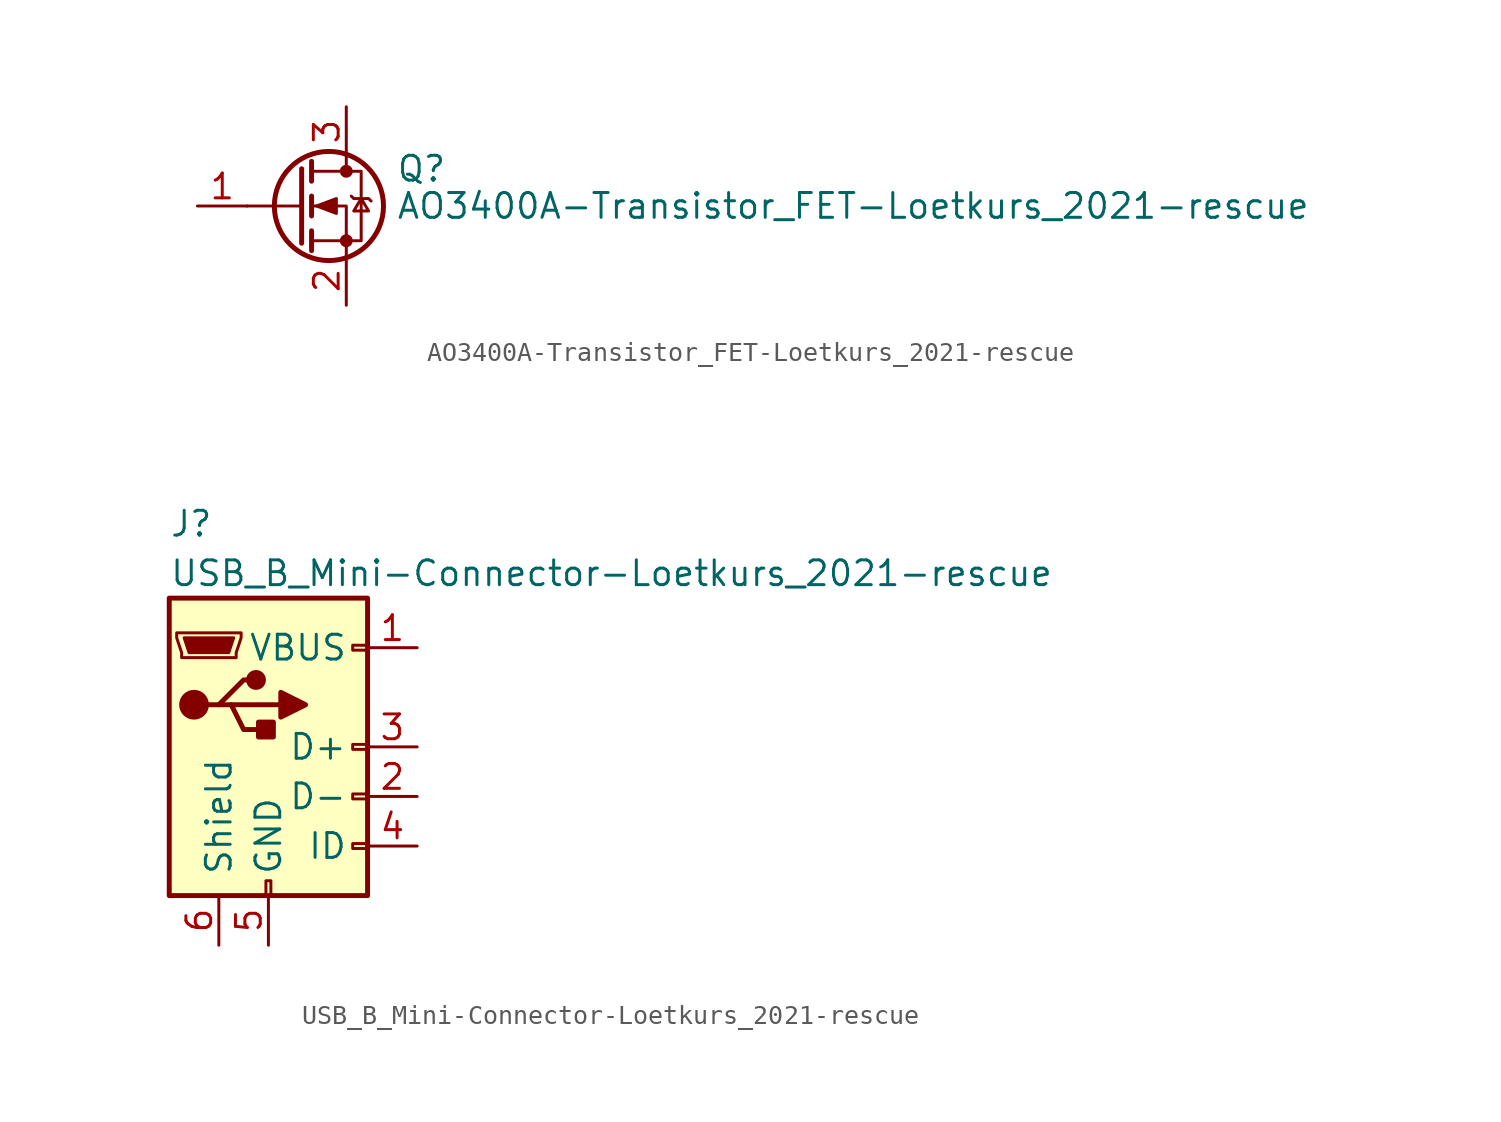
<source format=kicad_sym>
(kicad_symbol_lib
  (version 20220914)
  (generator kicad_symbol_editor)
  (symbol "AO3400A-Transistor_FET-Loetkurs_2021-rescue"
    (pin_names hide)
    (property "Reference" "Q"
      (at 5.08 1.905 0)
      (effects (font (size 1.27 1.27)) (justify left)))
    (property "Value" "AO3400A-Transistor_FET-Loetkurs_2021-rescue"
      (at 5.08 0 0)
      (effects (font (size 1.27 1.27)) (justify left)))
    (symbol "AO3400A-Transistor_FET-Loetkurs_2021-rescue_0_1"
      (polyline (pts (xy 0.254 0) (xy -2.54 0)) (stroke (width 0) (type solid)) (fill (type none)))
      (polyline (pts (xy 0.254 1.905) (xy 0.254 -1.905)) (stroke (width 0.254) (type solid)) (fill (type none)))
      (polyline (pts (xy 0.762 -1.27) (xy 0.762 -2.286)) (stroke (width 0.254) (type solid)) (fill (type none)))
      (polyline (pts (xy 0.762 0.508) (xy 0.762 -0.508)) (stroke (width 0.254) (type solid)) (fill (type none)))
      (polyline (pts (xy 0.762 2.286) (xy 0.762 1.27)) (stroke (width 0.254) (type solid)) (fill (type none)))
      (polyline (pts (xy 2.54 2.54) (xy 2.54 1.778)) (stroke (width 0) (type solid)) (fill (type none)))
      (polyline (pts (xy 2.54 -2.54) (xy 2.54 0) (xy 0.762 0)) (stroke (width 0) (type solid)) (fill (type none)))
      (polyline (pts (xy 0.762 -1.778) (xy 3.302 -1.778) (xy 3.302 1.778) (xy 0.762 1.778)) (stroke (width 0) (type solid)) (fill (type none)))
      (polyline (pts (xy 1.016 0) (xy 2.032 0.381) (xy 2.032 -0.381) (xy 1.016 0)) (stroke (width 0) (type solid)) (fill (type outline)))
      (polyline (pts (xy 2.794 0.508) (xy 2.921 0.381) (xy 3.683 0.381) (xy 3.81 0.254)) (stroke (width 0) (type solid)) (fill (type none)))
      (polyline (pts (xy 3.302 0.381) (xy 2.921 -0.254) (xy 3.683 -0.254) (xy 3.302 0.381)) (stroke (width 0) (type solid)) (fill (type none)))
      (circle (center 1.651 0) (radius 2.794) (stroke (width 0.254) (type solid)) (fill (type none)))
      (circle (center 2.54 -1.778) (radius 0.254) (stroke (width 0) (type solid)) (fill (type outline)))
      (circle (center 2.54 1.778) (radius 0.254) (stroke (width 0) (type solid)) (fill (type outline))))
    (symbol "AO3400A-Transistor_FET-Loetkurs_2021-rescue_1_1"
      (pin input line (at -5.08 0 0) (length 2.54) (name "G" (effects (font (size 1.27 1.27)))) (number "1" (effects (font (size 1.27 1.27)))))
      (pin passive line (at 2.54 -5.08 90) (length 2.54) (name "S" (effects (font (size 1.27 1.27)))) (number "2" (effects (font (size 1.27 1.27)))))
      (pin passive line (at 2.54 5.08 270) (length 2.54) (name "D" (effects (font (size 1.27 1.27)))) (number "3" (effects (font (size 1.27 1.27)))))))
  (symbol "USB_B_Mini-Connector-Loetkurs_2021-rescue"
    (pin_names
      (offset 1.016))
    (property "Reference" "J"
      (at -5.08 11.43 0)
      (effects (font (size 1.27 1.27)) (justify left)))
    (property "Value" "USB_B_Mini-Connector-Loetkurs_2021-rescue"
      (at -5.08 8.89 0)
      (effects (font (size 1.27 1.27)) (justify left)))
    (symbol "USB_B_Mini-Connector-Loetkurs_2021-rescue_0_1"
      (rectangle (start -5.08 -7.62) (end 5.08 7.62) (stroke (width 0.254) (type solid)) (fill (type background)))
      (circle (center -3.81 2.159) (radius 0.635) (stroke (width 0.254) (type solid)) (fill (type outline)))
      (circle (center -0.635 3.429) (radius 0.381) (stroke (width 0.254) (type solid)) (fill (type outline)))
      (rectangle (start -0.127 -7.62) (end 0.127 -6.858) (stroke (width 0) (type solid)) (fill (type none)))
      (polyline (pts (xy -1.905 2.159) (xy 0.635 2.159)) (stroke (width 0.254) (type solid)) (fill (type none)))
      (polyline (pts (xy -3.175 2.159) (xy -2.54 2.159) (xy -1.27 3.429) (xy -0.635 3.429)) (stroke (width 0.254) (type solid)) (fill (type none)))
      (polyline (pts (xy -2.54 2.159) (xy -1.905 2.159) (xy -1.27 0.889) (xy 0 0.889)) (stroke (width 0.254) (type solid)) (fill (type none)))
      (polyline (pts (xy 0.635 2.794) (xy 0.635 1.524) (xy 1.905 2.159) (xy 0.635 2.794)) (stroke (width 0.254) (type solid)) (fill (type outline)))
      (polyline (pts (xy -4.318 5.588) (xy -1.778 5.588) (xy -2.032 4.826) (xy -4.064 4.826) (xy -4.318 5.588)) (stroke (width 0) (type solid)) (fill (type outline)))
      (polyline (pts (xy -4.699 5.842) (xy -4.699 5.588) (xy -4.445 4.826) (xy -4.445 4.572) (xy -1.651 4.572) (xy -1.651 4.826) (xy -1.397 5.588) (xy -1.397 5.842) (xy -4.699 5.842)) (stroke (width 0) (type solid)) (fill (type none)))
      (rectangle (start 0.254 1.27) (end -0.508 0.508) (stroke (width 0.254) (type solid)) (fill (type outline)))
      (rectangle (start 5.08 -5.207) (end 4.318 -4.953) (stroke (width 0) (type solid)) (fill (type none)))
      (rectangle (start 5.08 -2.667) (end 4.318 -2.413) (stroke (width 0) (type solid)) (fill (type none)))
      (rectangle (start 5.08 -0.127) (end 4.318 0.127) (stroke (width 0) (type solid)) (fill (type none)))
      (rectangle (start 5.08 4.953) (end 4.318 5.207) (stroke (width 0) (type solid)) (fill (type none))))
    (symbol "USB_B_Mini-Connector-Loetkurs_2021-rescue_1_1"
      (pin power_out line (at 7.62 5.08 180) (length 2.54) (name "VBUS" (effects (font (size 1.27 1.27)))) (number "1" (effects (font (size 1.27 1.27)))))
      (pin bidirectional line (at 7.62 -2.54 180) (length 2.54) (name "D-" (effects (font (size 1.27 1.27)))) (number "2" (effects (font (size 1.27 1.27)))))
      (pin bidirectional line (at 7.62 0 180) (length 2.54) (name "D+" (effects (font (size 1.27 1.27)))) (number "3" (effects (font (size 1.27 1.27)))))
      (pin passive line (at 7.62 -5.08 180) (length 2.54) (name "ID" (effects (font (size 1.27 1.27)))) (number "4" (effects (font (size 1.27 1.27)))))
      (pin power_out line (at 0 -10.16 90) (length 2.54) (name "GND" (effects (font (size 1.27 1.27)))) (number "5" (effects (font (size 1.27 1.27)))))
      (pin passive line (at -2.54 -10.16 90) (length 2.54) (name "Shield" (effects (font (size 1.27 1.27)))) (number "6" (effects (font (size 1.27 1.27))))))))
</source>
